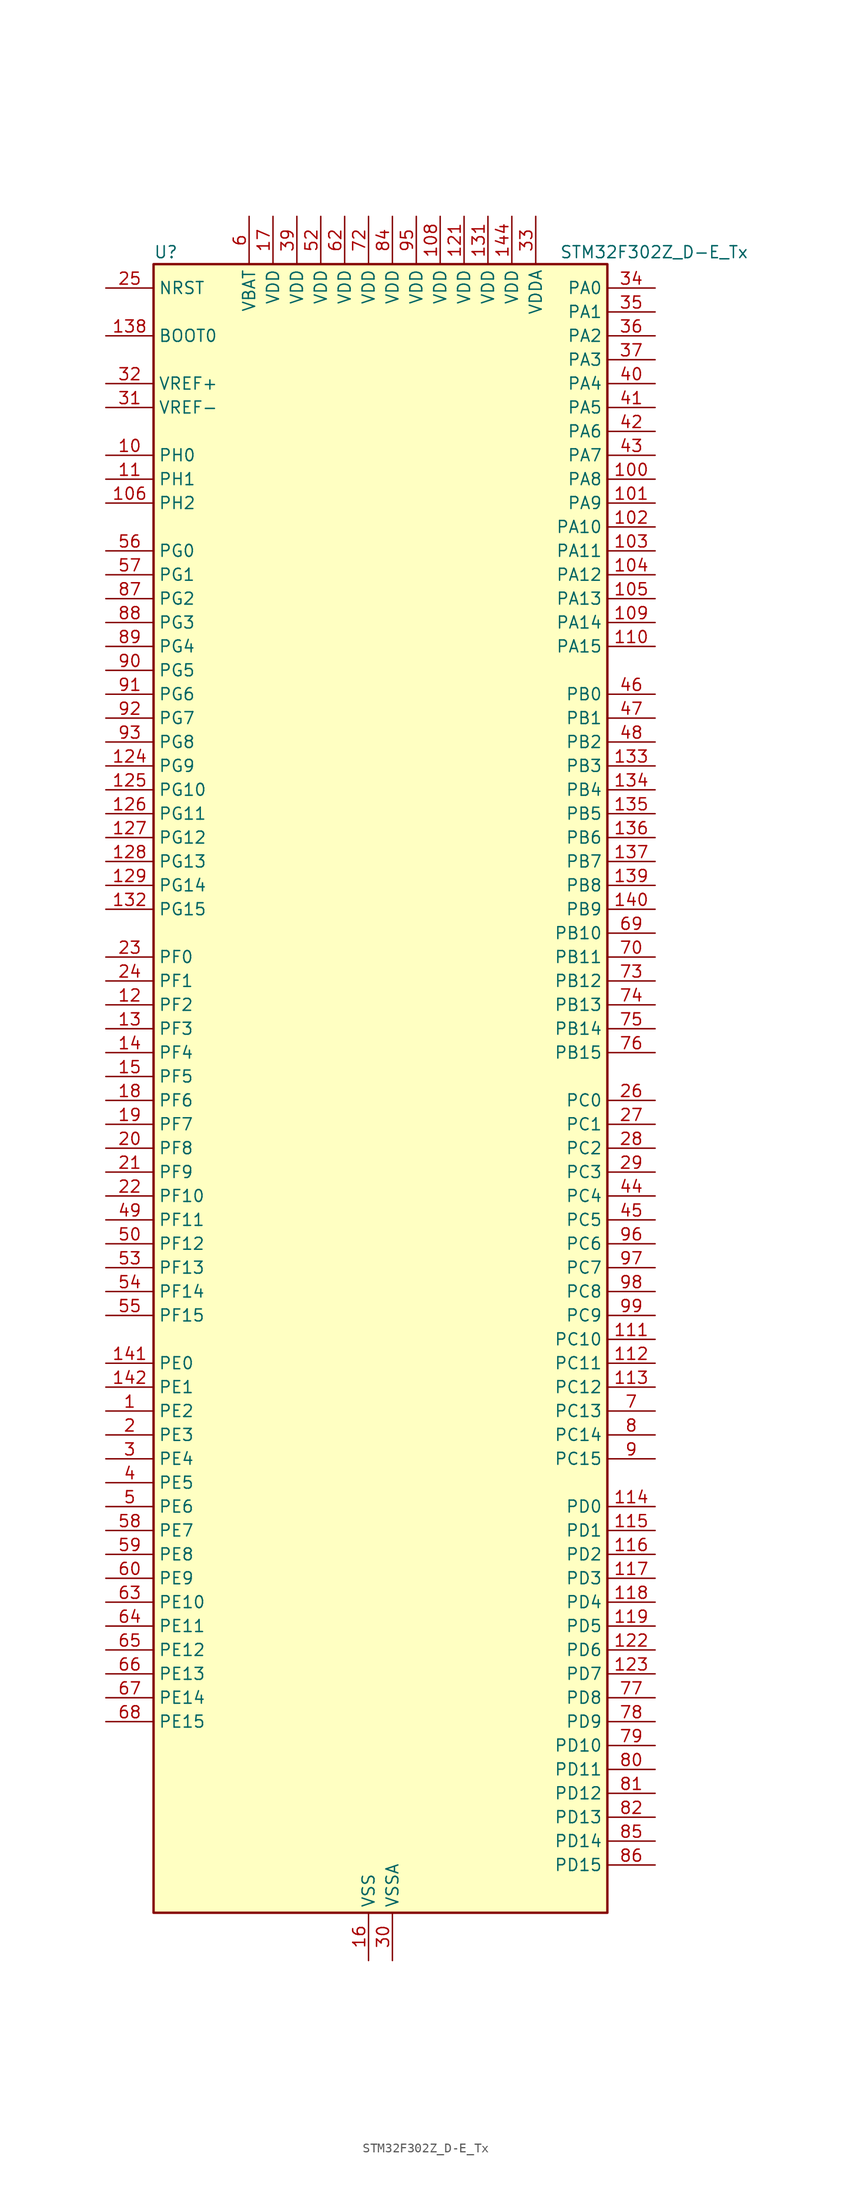
<source format=kicad_sym>
(kicad_symbol_lib
  (version 20220914)
  (generator kicad_symbol_editor)
  (symbol "STM32F302Z_D-E_Tx"
    (property "Reference" "U"
      (at -22.86 90.17 0)
      (effects (font (size 1.27 1.27)) (justify left)))
    (property "Value" "STM32F302Z_D-E_Tx"
      (at 20.32 90.17 0)
      (effects (font (size 1.27 1.27)) (justify left)))
    (property "ki_locked" ""
      (at 0 0 0)
      (effects (font (size 1.27 1.27))))
    (symbol "STM32F302Z_D-E_Tx_0_1"
      (rectangle (start -22.86 -86.36) (end 25.4 88.9) (stroke (width 0.254) (type default)) (fill (type background))))
    (symbol "STM32F302Z_D-E_Tx_1_1"
      (pin bidirectional line (at -27.94 -33.02 0) (length 5.08) (name "PE2" (effects (font (size 1.27 1.27)))) (number "1" (effects (font (size 1.27 1.27)))) (alternate "FMC_A23" bidirectional line) (alternate "SPI4_SCK" bidirectional line) (alternate "SYS_TRACECK" bidirectional line) (alternate "TIM3_CH1" bidirectional line) (alternate "TSC_G7_IO1" bidirectional line))
      (pin bidirectional line (at -27.94 68.58 0) (length 5.08) (name "PH0" (effects (font (size 1.27 1.27)))) (number "10" (effects (font (size 1.27 1.27)))) (alternate "FMC_A0" bidirectional line))
      (pin bidirectional line (at 30.48 66.04 180) (length 5.08) (name "PA8" (effects (font (size 1.27 1.27)))) (number "100" (effects (font (size 1.27 1.27)))) (alternate "I2C2_SMBA" bidirectional line) (alternate "I2C3_SCL" bidirectional line) (alternate "I2S2_MCK" bidirectional line) (alternate "RCC_MCO" bidirectional line) (alternate "TIM1_CH1" bidirectional line) (alternate "TIM4_ETR" bidirectional line) (alternate "USART1_CK" bidirectional line))
      (pin bidirectional line (at 30.48 63.5 180) (length 5.08) (name "PA9" (effects (font (size 1.27 1.27)))) (number "101" (effects (font (size 1.27 1.27)))) (alternate "DAC1_EXTI9" bidirectional line) (alternate "I2C2_SCL" bidirectional line) (alternate "I2C3_SMBA" bidirectional line) (alternate "I2S3_MCK" bidirectional line) (alternate "TIM15_BKIN" bidirectional line) (alternate "TIM1_CH2" bidirectional line) (alternate "TIM2_CH3" bidirectional line) (alternate "TSC_G4_IO1" bidirectional line) (alternate "USART1_TX" bidirectional line))
      (pin bidirectional line (at 30.48 60.96 180) (length 5.08) (name "PA10" (effects (font (size 1.27 1.27)))) (number "102" (effects (font (size 1.27 1.27)))) (alternate "COMP6_OUT" bidirectional line) (alternate "I2C2_SDA" bidirectional line) (alternate "I2S2_ext_SD" bidirectional line) (alternate "SPI2_MISO" bidirectional line) (alternate "TIM17_BKIN" bidirectional line) (alternate "TIM1_CH3" bidirectional line) (alternate "TIM2_CH4" bidirectional line) (alternate "TSC_G4_IO2" bidirectional line) (alternate "USART1_RX" bidirectional line))
      (pin bidirectional line (at 30.48 58.42 180) (length 5.08) (name "PA11" (effects (font (size 1.27 1.27)))) (number "103" (effects (font (size 1.27 1.27)))) (alternate "ADC1_EXTI11" bidirectional line) (alternate "ADC2_EXTI11" bidirectional line) (alternate "CAN_RX" bidirectional line) (alternate "COMP1_OUT" bidirectional line) (alternate "I2S2_SD" bidirectional line) (alternate "SPI2_MOSI" bidirectional line) (alternate "TIM1_BKIN2" bidirectional line) (alternate "TIM1_CH1N" bidirectional line) (alternate "TIM1_CH4" bidirectional line) (alternate "TIM4_CH1" bidirectional line) (alternate "USART1_CTS" bidirectional line) (alternate "USB_DM" bidirectional line))
      (pin bidirectional line (at 30.48 55.88 180) (length 5.08) (name "PA12" (effects (font (size 1.27 1.27)))) (number "104" (effects (font (size 1.27 1.27)))) (alternate "CAN_TX" bidirectional line) (alternate "COMP2_OUT" bidirectional line) (alternate "I2S_CKIN" bidirectional line) (alternate "TIM16_CH1" bidirectional line) (alternate "TIM1_CH2N" bidirectional line) (alternate "TIM1_ETR" bidirectional line) (alternate "TIM4_CH2" bidirectional line) (alternate "USART1_DE" bidirectional line) (alternate "USART1_RTS" bidirectional line) (alternate "USB_DP" bidirectional line))
      (pin bidirectional line (at 30.48 53.34 180) (length 5.08) (name "PA13" (effects (font (size 1.27 1.27)))) (number "105" (effects (font (size 1.27 1.27)))) (alternate "IR_OUT" bidirectional line) (alternate "SYS_JTMS-SWDIO" bidirectional line) (alternate "TIM16_CH1N" bidirectional line) (alternate "TIM4_CH3" bidirectional line) (alternate "TSC_G4_IO3" bidirectional line) (alternate "USART3_CTS" bidirectional line))
      (pin bidirectional line (at -27.94 63.5 0) (length 5.08) (name "PH2" (effects (font (size 1.27 1.27)))) (number "106" (effects (font (size 1.27 1.27)))))
      (pin passive line (at 0 -91.44 90) (length 5.08) hide (name "VSS" (effects (font (size 1.27 1.27)))) (number "107" (effects (font (size 1.27 1.27)))))
      (pin power_in line (at 7.62 93.98 270) (length 5.08) (name "VDD" (effects (font (size 1.27 1.27)))) (number "108" (effects (font (size 1.27 1.27)))))
      (pin bidirectional line (at 30.48 50.8 180) (length 5.08) (name "PA14" (effects (font (size 1.27 1.27)))) (number "109" (effects (font (size 1.27 1.27)))) (alternate "I2C1_SDA" bidirectional line) (alternate "SYS_JTCK-SWCLK" bidirectional line) (alternate "TIM1_BKIN" bidirectional line) (alternate "TSC_G4_IO4" bidirectional line) (alternate "USART2_TX" bidirectional line))
      (pin bidirectional line (at -27.94 66.04 0) (length 5.08) (name "PH1" (effects (font (size 1.27 1.27)))) (number "11" (effects (font (size 1.27 1.27)))) (alternate "FMC_A1" bidirectional line))
      (pin bidirectional line (at 30.48 48.26 180) (length 5.08) (name "PA15" (effects (font (size 1.27 1.27)))) (number "110" (effects (font (size 1.27 1.27)))) (alternate "ADC1_EXTI15" bidirectional line) (alternate "ADC2_EXTI15" bidirectional line) (alternate "I2C1_SCL" bidirectional line) (alternate "I2S3_WS" bidirectional line) (alternate "SPI1_NSS" bidirectional line) (alternate "SPI3_NSS" bidirectional line) (alternate "SYS_JTDI" bidirectional line) (alternate "TIM1_BKIN" bidirectional line) (alternate "TIM2_CH1" bidirectional line) (alternate "TIM2_ETR" bidirectional line) (alternate "TSC_SYNC" bidirectional line) (alternate "USART2_RX" bidirectional line))
      (pin bidirectional line (at 30.48 -25.4 180) (length 5.08) (name "PC10" (effects (font (size 1.27 1.27)))) (number "111" (effects (font (size 1.27 1.27)))) (alternate "I2S3_CK" bidirectional line) (alternate "SPI3_SCK" bidirectional line) (alternate "UART4_TX" bidirectional line) (alternate "USART3_TX" bidirectional line))
      (pin bidirectional line (at 30.48 -27.94 180) (length 5.08) (name "PC11" (effects (font (size 1.27 1.27)))) (number "112" (effects (font (size 1.27 1.27)))) (alternate "ADC1_EXTI11" bidirectional line) (alternate "ADC2_EXTI11" bidirectional line) (alternate "I2S3_ext_SD" bidirectional line) (alternate "SPI3_MISO" bidirectional line) (alternate "UART4_RX" bidirectional line) (alternate "USART3_RX" bidirectional line))
      (pin bidirectional line (at 30.48 -30.48 180) (length 5.08) (name "PC12" (effects (font (size 1.27 1.27)))) (number "113" (effects (font (size 1.27 1.27)))) (alternate "I2S3_SD" bidirectional line) (alternate "SPI3_MOSI" bidirectional line) (alternate "UART5_TX" bidirectional line) (alternate "USART3_CK" bidirectional line))
      (pin bidirectional line (at 30.48 -43.18 180) (length 5.08) (name "PD0" (effects (font (size 1.27 1.27)))) (number "114" (effects (font (size 1.27 1.27)))) (alternate "CAN_RX" bidirectional line) (alternate "FMC_D2" bidirectional line) (alternate "FMC_DA2" bidirectional line))
      (pin bidirectional line (at 30.48 -45.72 180) (length 5.08) (name "PD1" (effects (font (size 1.27 1.27)))) (number "115" (effects (font (size 1.27 1.27)))) (alternate "CAN_TX" bidirectional line) (alternate "FMC_D3" bidirectional line) (alternate "FMC_DA3" bidirectional line))
      (pin bidirectional line (at 30.48 -48.26 180) (length 5.08) (name "PD2" (effects (font (size 1.27 1.27)))) (number "116" (effects (font (size 1.27 1.27)))) (alternate "TIM3_ETR" bidirectional line) (alternate "UART5_RX" bidirectional line))
      (pin bidirectional line (at 30.48 -50.8 180) (length 5.08) (name "PD3" (effects (font (size 1.27 1.27)))) (number "117" (effects (font (size 1.27 1.27)))) (alternate "FMC_CLK" bidirectional line) (alternate "TIM2_CH1" bidirectional line) (alternate "TIM2_ETR" bidirectional line) (alternate "USART2_CTS" bidirectional line))
      (pin bidirectional line (at 30.48 -53.34 180) (length 5.08) (name "PD4" (effects (font (size 1.27 1.27)))) (number "118" (effects (font (size 1.27 1.27)))) (alternate "FMC_NOE" bidirectional line) (alternate "TIM2_CH2" bidirectional line) (alternate "USART2_DE" bidirectional line) (alternate "USART2_RTS" bidirectional line))
      (pin bidirectional line (at 30.48 -55.88 180) (length 5.08) (name "PD5" (effects (font (size 1.27 1.27)))) (number "119" (effects (font (size 1.27 1.27)))) (alternate "FMC_NWE" bidirectional line) (alternate "USART2_TX" bidirectional line))
      (pin bidirectional line (at -27.94 10.16 0) (length 5.08) (name "PF2" (effects (font (size 1.27 1.27)))) (number "12" (effects (font (size 1.27 1.27)))) (alternate "ADC1_IN10" bidirectional line) (alternate "ADC2_IN10" bidirectional line) (alternate "FMC_A2" bidirectional line))
      (pin passive line (at 0 -91.44 90) (length 5.08) hide (name "VSS" (effects (font (size 1.27 1.27)))) (number "120" (effects (font (size 1.27 1.27)))))
      (pin power_in line (at 10.16 93.98 270) (length 5.08) (name "VDD" (effects (font (size 1.27 1.27)))) (number "121" (effects (font (size 1.27 1.27)))))
      (pin bidirectional line (at 30.48 -58.42 180) (length 5.08) (name "PD6" (effects (font (size 1.27 1.27)))) (number "122" (effects (font (size 1.27 1.27)))) (alternate "FMC_NWAIT" bidirectional line) (alternate "TIM2_CH4" bidirectional line) (alternate "USART2_RX" bidirectional line))
      (pin bidirectional line (at 30.48 -60.96 180) (length 5.08) (name "PD7" (effects (font (size 1.27 1.27)))) (number "123" (effects (font (size 1.27 1.27)))) (alternate "FMC_NCE2" bidirectional line) (alternate "FMC_NE1" bidirectional line) (alternate "TIM2_CH3" bidirectional line) (alternate "USART2_CK" bidirectional line))
      (pin bidirectional line (at -27.94 35.56 0) (length 5.08) (name "PG9" (effects (font (size 1.27 1.27)))) (number "124" (effects (font (size 1.27 1.27)))) (alternate "DAC1_EXTI9" bidirectional line) (alternate "FMC_NCE3" bidirectional line) (alternate "FMC_NE2" bidirectional line))
      (pin bidirectional line (at -27.94 33.02 0) (length 5.08) (name "PG10" (effects (font (size 1.27 1.27)))) (number "125" (effects (font (size 1.27 1.27)))) (alternate "FMC_NCE4_1" bidirectional line) (alternate "FMC_NE3" bidirectional line))
      (pin bidirectional line (at -27.94 30.48 0) (length 5.08) (name "PG11" (effects (font (size 1.27 1.27)))) (number "126" (effects (font (size 1.27 1.27)))) (alternate "ADC1_EXTI11" bidirectional line) (alternate "ADC2_EXTI11" bidirectional line) (alternate "FMC_NCE4_2" bidirectional line))
      (pin bidirectional line (at -27.94 27.94 0) (length 5.08) (name "PG12" (effects (font (size 1.27 1.27)))) (number "127" (effects (font (size 1.27 1.27)))) (alternate "FMC_NE4" bidirectional line))
      (pin bidirectional line (at -27.94 25.4 0) (length 5.08) (name "PG13" (effects (font (size 1.27 1.27)))) (number "128" (effects (font (size 1.27 1.27)))) (alternate "FMC_A24" bidirectional line))
      (pin bidirectional line (at -27.94 22.86 0) (length 5.08) (name "PG14" (effects (font (size 1.27 1.27)))) (number "129" (effects (font (size 1.27 1.27)))) (alternate "FMC_A25" bidirectional line))
      (pin bidirectional line (at -27.94 7.62 0) (length 5.08) (name "PF3" (effects (font (size 1.27 1.27)))) (number "13" (effects (font (size 1.27 1.27)))) (alternate "FMC_A3" bidirectional line))
      (pin passive line (at 0 -91.44 90) (length 5.08) hide (name "VSS" (effects (font (size 1.27 1.27)))) (number "130" (effects (font (size 1.27 1.27)))))
      (pin power_in line (at 12.7 93.98 270) (length 5.08) (name "VDD" (effects (font (size 1.27 1.27)))) (number "131" (effects (font (size 1.27 1.27)))))
      (pin bidirectional line (at -27.94 20.32 0) (length 5.08) (name "PG15" (effects (font (size 1.27 1.27)))) (number "132" (effects (font (size 1.27 1.27)))) (alternate "ADC1_EXTI15" bidirectional line) (alternate "ADC2_EXTI15" bidirectional line))
      (pin bidirectional line (at 30.48 35.56 180) (length 5.08) (name "PB3" (effects (font (size 1.27 1.27)))) (number "133" (effects (font (size 1.27 1.27)))) (alternate "I2S3_CK" bidirectional line) (alternate "SPI1_SCK" bidirectional line) (alternate "SPI3_SCK" bidirectional line) (alternate "SYS_JTDO-TRACESWO" bidirectional line) (alternate "TIM2_CH2" bidirectional line) (alternate "TIM3_ETR" bidirectional line) (alternate "TIM4_ETR" bidirectional line) (alternate "TSC_G5_IO1" bidirectional line) (alternate "USART2_TX" bidirectional line))
      (pin bidirectional line (at 30.48 33.02 180) (length 5.08) (name "PB4" (effects (font (size 1.27 1.27)))) (number "134" (effects (font (size 1.27 1.27)))) (alternate "I2S3_ext_SD" bidirectional line) (alternate "SPI1_MISO" bidirectional line) (alternate "SPI3_MISO" bidirectional line) (alternate "SYS_NJTRST" bidirectional line) (alternate "TIM16_CH1" bidirectional line) (alternate "TIM17_BKIN" bidirectional line) (alternate "TIM3_CH1" bidirectional line) (alternate "TSC_G5_IO2" bidirectional line) (alternate "USART2_RX" bidirectional line))
      (pin bidirectional line (at 30.48 30.48 180) (length 5.08) (name "PB5" (effects (font (size 1.27 1.27)))) (number "135" (effects (font (size 1.27 1.27)))) (alternate "I2C1_SMBA" bidirectional line) (alternate "I2C3_SDA" bidirectional line) (alternate "I2S3_SD" bidirectional line) (alternate "SPI1_MOSI" bidirectional line) (alternate "SPI3_MOSI" bidirectional line) (alternate "TIM16_BKIN" bidirectional line) (alternate "TIM17_CH1" bidirectional line) (alternate "TIM3_CH2" bidirectional line) (alternate "USART2_CK" bidirectional line))
      (pin bidirectional line (at 30.48 27.94 180) (length 5.08) (name "PB6" (effects (font (size 1.27 1.27)))) (number "136" (effects (font (size 1.27 1.27)))) (alternate "I2C1_SCL" bidirectional line) (alternate "TIM16_CH1N" bidirectional line) (alternate "TIM4_CH1" bidirectional line) (alternate "TSC_G5_IO3" bidirectional line) (alternate "USART1_TX" bidirectional line))
      (pin bidirectional line (at 30.48 25.4 180) (length 5.08) (name "PB7" (effects (font (size 1.27 1.27)))) (number "137" (effects (font (size 1.27 1.27)))) (alternate "FMC_NL" bidirectional line) (alternate "I2C1_SDA" bidirectional line) (alternate "TIM17_CH1N" bidirectional line) (alternate "TIM3_CH4" bidirectional line) (alternate "TIM4_CH2" bidirectional line) (alternate "TSC_G5_IO4" bidirectional line) (alternate "USART1_RX" bidirectional line))
      (pin input line (at -27.94 81.28 0) (length 5.08) (name "BOOT0" (effects (font (size 1.27 1.27)))) (number "138" (effects (font (size 1.27 1.27)))))
      (pin bidirectional line (at 30.48 22.86 180) (length 5.08) (name "PB8" (effects (font (size 1.27 1.27)))) (number "139" (effects (font (size 1.27 1.27)))) (alternate "CAN_RX" bidirectional line) (alternate "COMP1_OUT" bidirectional line) (alternate "I2C1_SCL" bidirectional line) (alternate "TIM16_CH1" bidirectional line) (alternate "TIM1_BKIN" bidirectional line) (alternate "TIM4_CH3" bidirectional line) (alternate "TSC_SYNC" bidirectional line) (alternate "USART3_RX" bidirectional line))
      (pin bidirectional line (at -27.94 5.08 0) (length 5.08) (name "PF4" (effects (font (size 1.27 1.27)))) (number "14" (effects (font (size 1.27 1.27)))) (alternate "ADC1_IN5" bidirectional line) (alternate "COMP1_OUT" bidirectional line) (alternate "FMC_A4" bidirectional line))
      (pin bidirectional line (at 30.48 20.32 180) (length 5.08) (name "PB9" (effects (font (size 1.27 1.27)))) (number "140" (effects (font (size 1.27 1.27)))) (alternate "CAN_TX" bidirectional line) (alternate "COMP2_OUT" bidirectional line) (alternate "DAC1_EXTI9" bidirectional line) (alternate "I2C1_SDA" bidirectional line) (alternate "IR_OUT" bidirectional line) (alternate "TIM17_CH1" bidirectional line) (alternate "TIM4_CH4" bidirectional line) (alternate "USART3_TX" bidirectional line))
      (pin bidirectional line (at -27.94 -27.94 0) (length 5.08) (name "PE0" (effects (font (size 1.27 1.27)))) (number "141" (effects (font (size 1.27 1.27)))) (alternate "FMC_NBL0" bidirectional line) (alternate "TIM16_CH1" bidirectional line) (alternate "TIM4_ETR" bidirectional line) (alternate "USART1_TX" bidirectional line))
      (pin bidirectional line (at -27.94 -30.48 0) (length 5.08) (name "PE1" (effects (font (size 1.27 1.27)))) (number "142" (effects (font (size 1.27 1.27)))) (alternate "FMC_NBL1" bidirectional line) (alternate "TIM17_CH1" bidirectional line) (alternate "USART1_RX" bidirectional line))
      (pin passive line (at 0 -91.44 90) (length 5.08) hide (name "VSS" (effects (font (size 1.27 1.27)))) (number "143" (effects (font (size 1.27 1.27)))))
      (pin power_in line (at 15.24 93.98 270) (length 5.08) (name "VDD" (effects (font (size 1.27 1.27)))) (number "144" (effects (font (size 1.27 1.27)))))
      (pin bidirectional line (at -27.94 2.54 0) (length 5.08) (name "PF5" (effects (font (size 1.27 1.27)))) (number "15" (effects (font (size 1.27 1.27)))) (alternate "FMC_A5" bidirectional line))
      (pin power_in line (at 0 -91.44 90) (length 5.08) (name "VSS" (effects (font (size 1.27 1.27)))) (number "16" (effects (font (size 1.27 1.27)))))
      (pin power_in line (at -10.16 93.98 270) (length 5.08) (name "VDD" (effects (font (size 1.27 1.27)))) (number "17" (effects (font (size 1.27 1.27)))))
      (pin bidirectional line (at -27.94 0 0) (length 5.08) (name "PF6" (effects (font (size 1.27 1.27)))) (number "18" (effects (font (size 1.27 1.27)))) (alternate "FMC_NIORD" bidirectional line) (alternate "I2C2_SCL" bidirectional line) (alternate "TIM4_CH4" bidirectional line) (alternate "USART3_DE" bidirectional line) (alternate "USART3_RTS" bidirectional line))
      (pin bidirectional line (at -27.94 -2.54 0) (length 5.08) (name "PF7" (effects (font (size 1.27 1.27)))) (number "19" (effects (font (size 1.27 1.27)))) (alternate "FMC_NREG" bidirectional line))
      (pin bidirectional line (at -27.94 -35.56 0) (length 5.08) (name "PE3" (effects (font (size 1.27 1.27)))) (number "2" (effects (font (size 1.27 1.27)))) (alternate "FMC_A19" bidirectional line) (alternate "SPI4_NSS" bidirectional line) (alternate "SYS_TRACED0" bidirectional line) (alternate "TIM3_CH2" bidirectional line) (alternate "TSC_G7_IO2" bidirectional line))
      (pin bidirectional line (at -27.94 -5.08 0) (length 5.08) (name "PF8" (effects (font (size 1.27 1.27)))) (number "20" (effects (font (size 1.27 1.27)))) (alternate "FMC_NIOWR" bidirectional line))
      (pin bidirectional line (at -27.94 -7.62 0) (length 5.08) (name "PF9" (effects (font (size 1.27 1.27)))) (number "21" (effects (font (size 1.27 1.27)))) (alternate "DAC1_EXTI9" bidirectional line) (alternate "FMC_CD" bidirectional line) (alternate "SPI2_SCK" bidirectional line) (alternate "TIM15_CH1" bidirectional line))
      (pin bidirectional line (at -27.94 -10.16 0) (length 5.08) (name "PF10" (effects (font (size 1.27 1.27)))) (number "22" (effects (font (size 1.27 1.27)))) (alternate "FMC_INTR" bidirectional line) (alternate "SPI2_SCK" bidirectional line) (alternate "TIM15_CH2" bidirectional line))
      (pin bidirectional line (at -27.94 15.24 0) (length 5.08) (name "PF0" (effects (font (size 1.27 1.27)))) (number "23" (effects (font (size 1.27 1.27)))) (alternate "I2C2_SDA" bidirectional line) (alternate "I2S2_WS" bidirectional line) (alternate "RCC_OSC_IN" bidirectional line) (alternate "SPI2_NSS" bidirectional line) (alternate "TIM1_CH3N" bidirectional line))
      (pin bidirectional line (at -27.94 12.7 0) (length 5.08) (name "PF1" (effects (font (size 1.27 1.27)))) (number "24" (effects (font (size 1.27 1.27)))) (alternate "I2C2_SCL" bidirectional line) (alternate "I2S2_CK" bidirectional line) (alternate "RCC_OSC_OUT" bidirectional line) (alternate "SPI2_SCK" bidirectional line))
      (pin input line (at -27.94 86.36 0) (length 5.08) (name "NRST" (effects (font (size 1.27 1.27)))) (number "25" (effects (font (size 1.27 1.27)))))
      (pin bidirectional line (at 30.48 0 180) (length 5.08) (name "PC0" (effects (font (size 1.27 1.27)))) (number "26" (effects (font (size 1.27 1.27)))) (alternate "ADC1_IN6" bidirectional line) (alternate "ADC2_IN6" bidirectional line) (alternate "TIM1_CH1" bidirectional line))
      (pin bidirectional line (at 30.48 -2.54 180) (length 5.08) (name "PC1" (effects (font (size 1.27 1.27)))) (number "27" (effects (font (size 1.27 1.27)))) (alternate "ADC1_IN7" bidirectional line) (alternate "ADC2_IN7" bidirectional line) (alternate "TIM1_CH2" bidirectional line))
      (pin bidirectional line (at 30.48 -5.08 180) (length 5.08) (name "PC2" (effects (font (size 1.27 1.27)))) (number "28" (effects (font (size 1.27 1.27)))) (alternate "ADC1_IN8" bidirectional line) (alternate "ADC2_IN8" bidirectional line) (alternate "TIM1_CH3" bidirectional line))
      (pin bidirectional line (at 30.48 -7.62 180) (length 5.08) (name "PC3" (effects (font (size 1.27 1.27)))) (number "29" (effects (font (size 1.27 1.27)))) (alternate "ADC1_IN9" bidirectional line) (alternate "ADC2_IN9" bidirectional line) (alternate "TIM1_BKIN2" bidirectional line) (alternate "TIM1_CH4" bidirectional line))
      (pin bidirectional line (at -27.94 -38.1 0) (length 5.08) (name "PE4" (effects (font (size 1.27 1.27)))) (number "3" (effects (font (size 1.27 1.27)))) (alternate "FMC_A20" bidirectional line) (alternate "SPI4_NSS" bidirectional line) (alternate "SYS_TRACED1" bidirectional line) (alternate "TIM3_CH3" bidirectional line) (alternate "TSC_G7_IO3" bidirectional line))
      (pin power_in line (at 2.54 -91.44 90) (length 5.08) (name "VSSA" (effects (font (size 1.27 1.27)))) (number "30" (effects (font (size 1.27 1.27)))))
      (pin input line (at -27.94 73.66 0) (length 5.08) (name "VREF-" (effects (font (size 1.27 1.27)))) (number "31" (effects (font (size 1.27 1.27)))))
      (pin input line (at -27.94 76.2 0) (length 5.08) (name "VREF+" (effects (font (size 1.27 1.27)))) (number "32" (effects (font (size 1.27 1.27)))))
      (pin power_in line (at 17.78 93.98 270) (length 5.08) (name "VDDA" (effects (font (size 1.27 1.27)))) (number "33" (effects (font (size 1.27 1.27)))))
      (pin bidirectional line (at 30.48 86.36 180) (length 5.08) (name "PA0" (effects (font (size 1.27 1.27)))) (number "34" (effects (font (size 1.27 1.27)))) (alternate "ADC1_IN1" bidirectional line) (alternate "COMP1_INM" bidirectional line) (alternate "COMP1_OUT" bidirectional line) (alternate "RTC_TAMP2" bidirectional line) (alternate "SYS_WKUP1" bidirectional line) (alternate "TIM2_CH1" bidirectional line) (alternate "TIM2_ETR" bidirectional line) (alternate "TSC_G1_IO1" bidirectional line) (alternate "USART2_CTS" bidirectional line))
      (pin bidirectional line (at 30.48 83.82 180) (length 5.08) (name "PA1" (effects (font (size 1.27 1.27)))) (number "35" (effects (font (size 1.27 1.27)))) (alternate "ADC1_IN2" bidirectional line) (alternate "COMP1_INP" bidirectional line) (alternate "OPAMP1_VINP" bidirectional line) (alternate "OPAMP1_VINP_SEC" bidirectional line) (alternate "RTC_REFIN" bidirectional line) (alternate "TIM15_CH1N" bidirectional line) (alternate "TIM2_CH2" bidirectional line) (alternate "TSC_G1_IO2" bidirectional line) (alternate "USART2_DE" bidirectional line) (alternate "USART2_RTS" bidirectional line))
      (pin bidirectional line (at 30.48 81.28 180) (length 5.08) (name "PA2" (effects (font (size 1.27 1.27)))) (number "36" (effects (font (size 1.27 1.27)))) (alternate "ADC1_IN3" bidirectional line) (alternate "COMP2_INM" bidirectional line) (alternate "COMP2_OUT" bidirectional line) (alternate "OPAMP1_VOUT" bidirectional line) (alternate "TIM15_CH1" bidirectional line) (alternate "TIM2_CH3" bidirectional line) (alternate "TSC_G1_IO3" bidirectional line) (alternate "USART2_TX" bidirectional line))
      (pin bidirectional line (at 30.48 78.74 180) (length 5.08) (name "PA3" (effects (font (size 1.27 1.27)))) (number "37" (effects (font (size 1.27 1.27)))) (alternate "ADC1_IN4" bidirectional line) (alternate "OPAMP1_VINM" bidirectional line) (alternate "OPAMP1_VINM_SEC" bidirectional line) (alternate "OPAMP1_VINP" bidirectional line) (alternate "OPAMP1_VINP_SEC" bidirectional line) (alternate "TIM15_CH2" bidirectional line) (alternate "TIM2_CH4" bidirectional line) (alternate "TSC_G1_IO4" bidirectional line) (alternate "USART2_RX" bidirectional line))
      (pin passive line (at 0 -91.44 90) (length 5.08) hide (name "VSS" (effects (font (size 1.27 1.27)))) (number "38" (effects (font (size 1.27 1.27)))))
      (pin power_in line (at -7.62 93.98 270) (length 5.08) (name "VDD" (effects (font (size 1.27 1.27)))) (number "39" (effects (font (size 1.27 1.27)))))
      (pin bidirectional line (at -27.94 -40.64 0) (length 5.08) (name "PE5" (effects (font (size 1.27 1.27)))) (number "4" (effects (font (size 1.27 1.27)))) (alternate "FMC_A21" bidirectional line) (alternate "SPI4_MISO" bidirectional line) (alternate "SYS_TRACED2" bidirectional line) (alternate "TIM3_CH4" bidirectional line) (alternate "TSC_G7_IO4" bidirectional line))
      (pin bidirectional line (at 30.48 76.2 180) (length 5.08) (name "PA4" (effects (font (size 1.27 1.27)))) (number "40" (effects (font (size 1.27 1.27)))) (alternate "ADC2_IN1" bidirectional line) (alternate "COMP1_INM" bidirectional line) (alternate "COMP2_INM" bidirectional line) (alternate "COMP4_INM" bidirectional line) (alternate "COMP6_INM" bidirectional line) (alternate "DAC1_OUT1" bidirectional line) (alternate "I2S3_WS" bidirectional line) (alternate "SPI1_NSS" bidirectional line) (alternate "SPI3_NSS" bidirectional line) (alternate "TIM3_CH2" bidirectional line) (alternate "TSC_G2_IO1" bidirectional line) (alternate "USART2_CK" bidirectional line))
      (pin bidirectional line (at 30.48 73.66 180) (length 5.08) (name "PA5" (effects (font (size 1.27 1.27)))) (number "41" (effects (font (size 1.27 1.27)))) (alternate "ADC2_IN2" bidirectional line) (alternate "COMP1_INM" bidirectional line) (alternate "COMP2_INM" bidirectional line) (alternate "COMP4_INM" bidirectional line) (alternate "COMP6_INM" bidirectional line) (alternate "OPAMP1_VINP" bidirectional line) (alternate "OPAMP1_VINP_SEC" bidirectional line) (alternate "OPAMP2_VINM" bidirectional line) (alternate "OPAMP2_VINM_SEC" bidirectional line) (alternate "SPI1_SCK" bidirectional line) (alternate "TIM2_CH1" bidirectional line) (alternate "TIM2_ETR" bidirectional line) (alternate "TSC_G2_IO2" bidirectional line))
      (pin bidirectional line (at 30.48 71.12 180) (length 5.08) (name "PA6" (effects (font (size 1.27 1.27)))) (number "42" (effects (font (size 1.27 1.27)))) (alternate "ADC2_IN3" bidirectional line) (alternate "COMP1_OUT" bidirectional line) (alternate "OPAMP2_VOUT" bidirectional line) (alternate "SPI1_MISO" bidirectional line) (alternate "TIM16_CH1" bidirectional line) (alternate "TIM1_BKIN" bidirectional line) (alternate "TIM3_CH1" bidirectional line) (alternate "TSC_G2_IO3" bidirectional line))
      (pin bidirectional line (at 30.48 68.58 180) (length 5.08) (name "PA7" (effects (font (size 1.27 1.27)))) (number "43" (effects (font (size 1.27 1.27)))) (alternate "ADC2_IN4" bidirectional line) (alternate "COMP2_INP" bidirectional line) (alternate "OPAMP1_VINP" bidirectional line) (alternate "OPAMP1_VINP_SEC" bidirectional line) (alternate "OPAMP2_VINP" bidirectional line) (alternate "OPAMP2_VINP_SEC" bidirectional line) (alternate "SPI1_MOSI" bidirectional line) (alternate "TIM17_CH1" bidirectional line) (alternate "TIM1_CH1N" bidirectional line) (alternate "TIM3_CH2" bidirectional line) (alternate "TSC_G2_IO4" bidirectional line))
      (pin bidirectional line (at 30.48 -10.16 180) (length 5.08) (name "PC4" (effects (font (size 1.27 1.27)))) (number "44" (effects (font (size 1.27 1.27)))) (alternate "ADC2_IN5" bidirectional line) (alternate "TIM1_ETR" bidirectional line) (alternate "USART1_TX" bidirectional line))
      (pin bidirectional line (at 30.48 -12.7 180) (length 5.08) (name "PC5" (effects (font (size 1.27 1.27)))) (number "45" (effects (font (size 1.27 1.27)))) (alternate "ADC2_IN11" bidirectional line) (alternate "OPAMP1_VINM" bidirectional line) (alternate "OPAMP1_VINM_SEC" bidirectional line) (alternate "OPAMP2_VINM" bidirectional line) (alternate "OPAMP2_VINM_SEC" bidirectional line) (alternate "TIM15_BKIN" bidirectional line) (alternate "TSC_G3_IO1" bidirectional line) (alternate "USART1_RX" bidirectional line))
      (pin bidirectional line (at 30.48 43.18 180) (length 5.08) (name "PB0" (effects (font (size 1.27 1.27)))) (number "46" (effects (font (size 1.27 1.27)))) (alternate "COMP4_INP" bidirectional line) (alternate "OPAMP2_VINP" bidirectional line) (alternate "OPAMP2_VINP_SEC" bidirectional line) (alternate "TIM1_CH2N" bidirectional line) (alternate "TIM3_CH3" bidirectional line) (alternate "TSC_G3_IO2" bidirectional line))
      (pin bidirectional line (at 30.48 40.64 180) (length 5.08) (name "PB1" (effects (font (size 1.27 1.27)))) (number "47" (effects (font (size 1.27 1.27)))) (alternate "COMP4_OUT" bidirectional line) (alternate "TIM1_CH3N" bidirectional line) (alternate "TIM3_CH4" bidirectional line) (alternate "TSC_G3_IO3" bidirectional line))
      (pin bidirectional line (at 30.48 38.1 180) (length 5.08) (name "PB2" (effects (font (size 1.27 1.27)))) (number "48" (effects (font (size 1.27 1.27)))) (alternate "ADC2_IN12" bidirectional line) (alternate "COMP4_INM" bidirectional line) (alternate "TSC_G3_IO4" bidirectional line))
      (pin bidirectional line (at -27.94 -12.7 0) (length 5.08) (name "PF11" (effects (font (size 1.27 1.27)))) (number "49" (effects (font (size 1.27 1.27)))) (alternate "ADC1_EXTI11" bidirectional line) (alternate "ADC2_EXTI11" bidirectional line))
      (pin bidirectional line (at -27.94 -43.18 0) (length 5.08) (name "PE6" (effects (font (size 1.27 1.27)))) (number "5" (effects (font (size 1.27 1.27)))) (alternate "FMC_A22" bidirectional line) (alternate "RTC_TAMP3" bidirectional line) (alternate "SPI4_MOSI" bidirectional line) (alternate "SYS_TRACED3" bidirectional line) (alternate "SYS_WKUP3" bidirectional line))
      (pin bidirectional line (at -27.94 -15.24 0) (length 5.08) (name "PF12" (effects (font (size 1.27 1.27)))) (number "50" (effects (font (size 1.27 1.27)))) (alternate "FMC_A6" bidirectional line))
      (pin passive line (at 0 -91.44 90) (length 5.08) hide (name "VSS" (effects (font (size 1.27 1.27)))) (number "51" (effects (font (size 1.27 1.27)))))
      (pin power_in line (at -5.08 93.98 270) (length 5.08) (name "VDD" (effects (font (size 1.27 1.27)))) (number "52" (effects (font (size 1.27 1.27)))))
      (pin bidirectional line (at -27.94 -17.78 0) (length 5.08) (name "PF13" (effects (font (size 1.27 1.27)))) (number "53" (effects (font (size 1.27 1.27)))) (alternate "FMC_A7" bidirectional line))
      (pin bidirectional line (at -27.94 -20.32 0) (length 5.08) (name "PF14" (effects (font (size 1.27 1.27)))) (number "54" (effects (font (size 1.27 1.27)))) (alternate "FMC_A8" bidirectional line))
      (pin bidirectional line (at -27.94 -22.86 0) (length 5.08) (name "PF15" (effects (font (size 1.27 1.27)))) (number "55" (effects (font (size 1.27 1.27)))) (alternate "ADC1_EXTI15" bidirectional line) (alternate "ADC2_EXTI15" bidirectional line) (alternate "FMC_A9" bidirectional line))
      (pin bidirectional line (at -27.94 58.42 0) (length 5.08) (name "PG0" (effects (font (size 1.27 1.27)))) (number "56" (effects (font (size 1.27 1.27)))) (alternate "FMC_A10" bidirectional line))
      (pin bidirectional line (at -27.94 55.88 0) (length 5.08) (name "PG1" (effects (font (size 1.27 1.27)))) (number "57" (effects (font (size 1.27 1.27)))) (alternate "FMC_A11" bidirectional line))
      (pin bidirectional line (at -27.94 -45.72 0) (length 5.08) (name "PE7" (effects (font (size 1.27 1.27)))) (number "58" (effects (font (size 1.27 1.27)))) (alternate "FMC_D4" bidirectional line) (alternate "FMC_DA4" bidirectional line) (alternate "TIM1_ETR" bidirectional line))
      (pin bidirectional line (at -27.94 -48.26 0) (length 5.08) (name "PE8" (effects (font (size 1.27 1.27)))) (number "59" (effects (font (size 1.27 1.27)))) (alternate "COMP4_INM" bidirectional line) (alternate "FMC_D5" bidirectional line) (alternate "FMC_DA5" bidirectional line) (alternate "TIM1_CH1N" bidirectional line))
      (pin power_in line (at -12.7 93.98 270) (length 5.08) (name "VBAT" (effects (font (size 1.27 1.27)))) (number "6" (effects (font (size 1.27 1.27)))))
      (pin bidirectional line (at -27.94 -50.8 0) (length 5.08) (name "PE9" (effects (font (size 1.27 1.27)))) (number "60" (effects (font (size 1.27 1.27)))) (alternate "DAC1_EXTI9" bidirectional line) (alternate "FMC_D6" bidirectional line) (alternate "FMC_DA6" bidirectional line) (alternate "TIM1_CH1" bidirectional line))
      (pin passive line (at 0 -91.44 90) (length 5.08) hide (name "VSS" (effects (font (size 1.27 1.27)))) (number "61" (effects (font (size 1.27 1.27)))))
      (pin power_in line (at -2.54 93.98 270) (length 5.08) (name "VDD" (effects (font (size 1.27 1.27)))) (number "62" (effects (font (size 1.27 1.27)))))
      (pin bidirectional line (at -27.94 -53.34 0) (length 5.08) (name "PE10" (effects (font (size 1.27 1.27)))) (number "63" (effects (font (size 1.27 1.27)))) (alternate "FMC_D7" bidirectional line) (alternate "FMC_DA7" bidirectional line) (alternate "TIM1_CH2N" bidirectional line))
      (pin bidirectional line (at -27.94 -55.88 0) (length 5.08) (name "PE11" (effects (font (size 1.27 1.27)))) (number "64" (effects (font (size 1.27 1.27)))) (alternate "ADC1_EXTI11" bidirectional line) (alternate "ADC2_EXTI11" bidirectional line) (alternate "FMC_D8" bidirectional line) (alternate "FMC_DA8" bidirectional line) (alternate "SPI4_NSS" bidirectional line) (alternate "TIM1_CH2" bidirectional line))
      (pin bidirectional line (at -27.94 -58.42 0) (length 5.08) (name "PE12" (effects (font (size 1.27 1.27)))) (number "65" (effects (font (size 1.27 1.27)))) (alternate "FMC_D9" bidirectional line) (alternate "FMC_DA9" bidirectional line) (alternate "SPI4_SCK" bidirectional line) (alternate "TIM1_CH3N" bidirectional line))
      (pin bidirectional line (at -27.94 -60.96 0) (length 5.08) (name "PE13" (effects (font (size 1.27 1.27)))) (number "66" (effects (font (size 1.27 1.27)))) (alternate "FMC_D10" bidirectional line) (alternate "FMC_DA10" bidirectional line) (alternate "SPI4_MISO" bidirectional line) (alternate "TIM1_CH3" bidirectional line))
      (pin bidirectional line (at -27.94 -63.5 0) (length 5.08) (name "PE14" (effects (font (size 1.27 1.27)))) (number "67" (effects (font (size 1.27 1.27)))) (alternate "FMC_D11" bidirectional line) (alternate "FMC_DA11" bidirectional line) (alternate "SPI4_MOSI" bidirectional line) (alternate "TIM1_BKIN2" bidirectional line) (alternate "TIM1_CH4" bidirectional line))
      (pin bidirectional line (at -27.94 -66.04 0) (length 5.08) (name "PE15" (effects (font (size 1.27 1.27)))) (number "68" (effects (font (size 1.27 1.27)))) (alternate "ADC1_EXTI15" bidirectional line) (alternate "ADC2_EXTI15" bidirectional line) (alternate "FMC_D12" bidirectional line) (alternate "FMC_DA12" bidirectional line) (alternate "TIM1_BKIN" bidirectional line) (alternate "USART3_RX" bidirectional line))
      (pin bidirectional line (at 30.48 17.78 180) (length 5.08) (name "PB10" (effects (font (size 1.27 1.27)))) (number "69" (effects (font (size 1.27 1.27)))) (alternate "TIM2_CH3" bidirectional line) (alternate "TSC_SYNC" bidirectional line) (alternate "USART3_TX" bidirectional line))
      (pin bidirectional line (at 30.48 -33.02 180) (length 5.08) (name "PC13" (effects (font (size 1.27 1.27)))) (number "7" (effects (font (size 1.27 1.27)))) (alternate "RTC_OUT_ALARM" bidirectional line) (alternate "RTC_OUT_CALIB" bidirectional line) (alternate "RTC_TAMP1" bidirectional line) (alternate "RTC_TS" bidirectional line) (alternate "SYS_WKUP2" bidirectional line) (alternate "TIM1_CH1N" bidirectional line))
      (pin bidirectional line (at 30.48 15.24 180) (length 5.08) (name "PB11" (effects (font (size 1.27 1.27)))) (number "70" (effects (font (size 1.27 1.27)))) (alternate "ADC1_EXTI11" bidirectional line) (alternate "ADC1_IN14" bidirectional line) (alternate "ADC2_EXTI11" bidirectional line) (alternate "ADC2_IN14" bidirectional line) (alternate "COMP6_INP" bidirectional line) (alternate "TIM2_CH4" bidirectional line) (alternate "TSC_G6_IO1" bidirectional line) (alternate "USART3_RX" bidirectional line))
      (pin passive line (at 0 -91.44 90) (length 5.08) hide (name "VSS" (effects (font (size 1.27 1.27)))) (number "71" (effects (font (size 1.27 1.27)))))
      (pin power_in line (at 0 93.98 270) (length 5.08) (name "VDD" (effects (font (size 1.27 1.27)))) (number "72" (effects (font (size 1.27 1.27)))))
      (pin bidirectional line (at 30.48 12.7 180) (length 5.08) (name "PB12" (effects (font (size 1.27 1.27)))) (number "73" (effects (font (size 1.27 1.27)))) (alternate "I2C2_SMBA" bidirectional line) (alternate "I2S2_WS" bidirectional line) (alternate "SPI2_NSS" bidirectional line) (alternate "TIM1_BKIN" bidirectional line) (alternate "TSC_G6_IO2" bidirectional line) (alternate "USART3_CK" bidirectional line))
      (pin bidirectional line (at 30.48 10.16 180) (length 5.08) (name "PB13" (effects (font (size 1.27 1.27)))) (number "74" (effects (font (size 1.27 1.27)))) (alternate "I2S2_CK" bidirectional line) (alternate "SPI2_SCK" bidirectional line) (alternate "TIM1_CH1N" bidirectional line) (alternate "TSC_G6_IO3" bidirectional line) (alternate "USART3_CTS" bidirectional line))
      (pin bidirectional line (at 30.48 7.62 180) (length 5.08) (name "PB14" (effects (font (size 1.27 1.27)))) (number "75" (effects (font (size 1.27 1.27)))) (alternate "I2S2_ext_SD" bidirectional line) (alternate "OPAMP2_VINP" bidirectional line) (alternate "OPAMP2_VINP_SEC" bidirectional line) (alternate "SPI2_MISO" bidirectional line) (alternate "TIM15_CH1" bidirectional line) (alternate "TIM1_CH2N" bidirectional line) (alternate "TSC_G6_IO4" bidirectional line) (alternate "USART3_DE" bidirectional line) (alternate "USART3_RTS" bidirectional line))
      (pin bidirectional line (at 30.48 5.08 180) (length 5.08) (name "PB15" (effects (font (size 1.27 1.27)))) (number "76" (effects (font (size 1.27 1.27)))) (alternate "ADC1_EXTI15" bidirectional line) (alternate "ADC2_EXTI15" bidirectional line) (alternate "COMP6_INM" bidirectional line) (alternate "I2S2_SD" bidirectional line) (alternate "RTC_REFIN" bidirectional line) (alternate "SPI2_MOSI" bidirectional line) (alternate "TIM15_CH1N" bidirectional line) (alternate "TIM15_CH2" bidirectional line) (alternate "TIM1_CH3N" bidirectional line))
      (pin bidirectional line (at 30.48 -63.5 180) (length 5.08) (name "PD8" (effects (font (size 1.27 1.27)))) (number "77" (effects (font (size 1.27 1.27)))) (alternate "FMC_D13" bidirectional line) (alternate "FMC_DA13" bidirectional line) (alternate "USART3_TX" bidirectional line))
      (pin bidirectional line (at 30.48 -66.04 180) (length 5.08) (name "PD9" (effects (font (size 1.27 1.27)))) (number "78" (effects (font (size 1.27 1.27)))) (alternate "DAC1_EXTI9" bidirectional line) (alternate "FMC_D14" bidirectional line) (alternate "FMC_DA14" bidirectional line) (alternate "USART3_RX" bidirectional line))
      (pin bidirectional line (at 30.48 -68.58 180) (length 5.08) (name "PD10" (effects (font (size 1.27 1.27)))) (number "79" (effects (font (size 1.27 1.27)))) (alternate "COMP6_INM" bidirectional line) (alternate "FMC_D15" bidirectional line) (alternate "FMC_DA15" bidirectional line) (alternate "USART3_CK" bidirectional line))
      (pin bidirectional line (at 30.48 -35.56 180) (length 5.08) (name "PC14" (effects (font (size 1.27 1.27)))) (number "8" (effects (font (size 1.27 1.27)))) (alternate "RCC_OSC32_IN" bidirectional line))
      (pin bidirectional line (at 30.48 -71.12 180) (length 5.08) (name "PD11" (effects (font (size 1.27 1.27)))) (number "80" (effects (font (size 1.27 1.27)))) (alternate "ADC1_EXTI11" bidirectional line) (alternate "ADC2_EXTI11" bidirectional line) (alternate "FMC_A16" bidirectional line) (alternate "FMC_CLE" bidirectional line) (alternate "USART3_CTS" bidirectional line))
      (pin bidirectional line (at 30.48 -73.66 180) (length 5.08) (name "PD12" (effects (font (size 1.27 1.27)))) (number "81" (effects (font (size 1.27 1.27)))) (alternate "FMC_A17" bidirectional line) (alternate "FMC_ALE" bidirectional line) (alternate "TIM4_CH1" bidirectional line) (alternate "TSC_G8_IO1" bidirectional line) (alternate "USART3_DE" bidirectional line) (alternate "USART3_RTS" bidirectional line))
      (pin bidirectional line (at 30.48 -76.2 180) (length 5.08) (name "PD13" (effects (font (size 1.27 1.27)))) (number "82" (effects (font (size 1.27 1.27)))) (alternate "FMC_A18" bidirectional line) (alternate "TIM4_CH2" bidirectional line) (alternate "TSC_G8_IO2" bidirectional line))
      (pin passive line (at 0 -91.44 90) (length 5.08) hide (name "VSS" (effects (font (size 1.27 1.27)))) (number "83" (effects (font (size 1.27 1.27)))))
      (pin power_in line (at 2.54 93.98 270) (length 5.08) (name "VDD" (effects (font (size 1.27 1.27)))) (number "84" (effects (font (size 1.27 1.27)))))
      (pin bidirectional line (at 30.48 -78.74 180) (length 5.08) (name "PD14" (effects (font (size 1.27 1.27)))) (number "85" (effects (font (size 1.27 1.27)))) (alternate "FMC_D0" bidirectional line) (alternate "FMC_DA0" bidirectional line) (alternate "OPAMP2_VINP" bidirectional line) (alternate "OPAMP2_VINP_SEC" bidirectional line) (alternate "TIM4_CH3" bidirectional line) (alternate "TSC_G8_IO3" bidirectional line))
      (pin bidirectional line (at 30.48 -81.28 180) (length 5.08) (name "PD15" (effects (font (size 1.27 1.27)))) (number "86" (effects (font (size 1.27 1.27)))) (alternate "ADC1_EXTI15" bidirectional line) (alternate "ADC2_EXTI15" bidirectional line) (alternate "FMC_D1" bidirectional line) (alternate "FMC_DA1" bidirectional line) (alternate "SPI2_NSS" bidirectional line) (alternate "TIM4_CH4" bidirectional line) (alternate "TSC_G8_IO4" bidirectional line))
      (pin bidirectional line (at -27.94 53.34 0) (length 5.08) (name "PG2" (effects (font (size 1.27 1.27)))) (number "87" (effects (font (size 1.27 1.27)))) (alternate "FMC_A12" bidirectional line))
      (pin bidirectional line (at -27.94 50.8 0) (length 5.08) (name "PG3" (effects (font (size 1.27 1.27)))) (number "88" (effects (font (size 1.27 1.27)))) (alternate "FMC_A13" bidirectional line))
      (pin bidirectional line (at -27.94 48.26 0) (length 5.08) (name "PG4" (effects (font (size 1.27 1.27)))) (number "89" (effects (font (size 1.27 1.27)))) (alternate "FMC_A14" bidirectional line))
      (pin bidirectional line (at 30.48 -38.1 180) (length 5.08) (name "PC15" (effects (font (size 1.27 1.27)))) (number "9" (effects (font (size 1.27 1.27)))) (alternate "ADC1_EXTI15" bidirectional line) (alternate "ADC2_EXTI15" bidirectional line) (alternate "RCC_OSC32_OUT" bidirectional line))
      (pin bidirectional line (at -27.94 45.72 0) (length 5.08) (name "PG5" (effects (font (size 1.27 1.27)))) (number "90" (effects (font (size 1.27 1.27)))) (alternate "FMC_A15" bidirectional line))
      (pin bidirectional line (at -27.94 43.18 0) (length 5.08) (name "PG6" (effects (font (size 1.27 1.27)))) (number "91" (effects (font (size 1.27 1.27)))) (alternate "FMC_INT2" bidirectional line))
      (pin bidirectional line (at -27.94 40.64 0) (length 5.08) (name "PG7" (effects (font (size 1.27 1.27)))) (number "92" (effects (font (size 1.27 1.27)))) (alternate "FMC_INT3" bidirectional line))
      (pin bidirectional line (at -27.94 38.1 0) (length 5.08) (name "PG8" (effects (font (size 1.27 1.27)))) (number "93" (effects (font (size 1.27 1.27)))))
      (pin passive line (at 0 -91.44 90) (length 5.08) hide (name "VSS" (effects (font (size 1.27 1.27)))) (number "94" (effects (font (size 1.27 1.27)))))
      (pin power_in line (at 5.08 93.98 270) (length 5.08) (name "VDD" (effects (font (size 1.27 1.27)))) (number "95" (effects (font (size 1.27 1.27)))))
      (pin bidirectional line (at 30.48 -15.24 180) (length 5.08) (name "PC6" (effects (font (size 1.27 1.27)))) (number "96" (effects (font (size 1.27 1.27)))) (alternate "COMP6_OUT" bidirectional line) (alternate "I2S2_MCK" bidirectional line) (alternate "TIM3_CH1" bidirectional line))
      (pin bidirectional line (at 30.48 -17.78 180) (length 5.08) (name "PC7" (effects (font (size 1.27 1.27)))) (number "97" (effects (font (size 1.27 1.27)))) (alternate "I2S3_MCK" bidirectional line) (alternate "TIM3_CH2" bidirectional line))
      (pin bidirectional line (at 30.48 -20.32 180) (length 5.08) (name "PC8" (effects (font (size 1.27 1.27)))) (number "98" (effects (font (size 1.27 1.27)))) (alternate "TIM3_CH3" bidirectional line))
      (pin bidirectional line (at 30.48 -22.86 180) (length 5.08) (name "PC9" (effects (font (size 1.27 1.27)))) (number "99" (effects (font (size 1.27 1.27)))) (alternate "DAC1_EXTI9" bidirectional line) (alternate "I2C3_SDA" bidirectional line) (alternate "I2S_CKIN" bidirectional line) (alternate "TIM3_CH4" bidirectional line)))))
</source>
